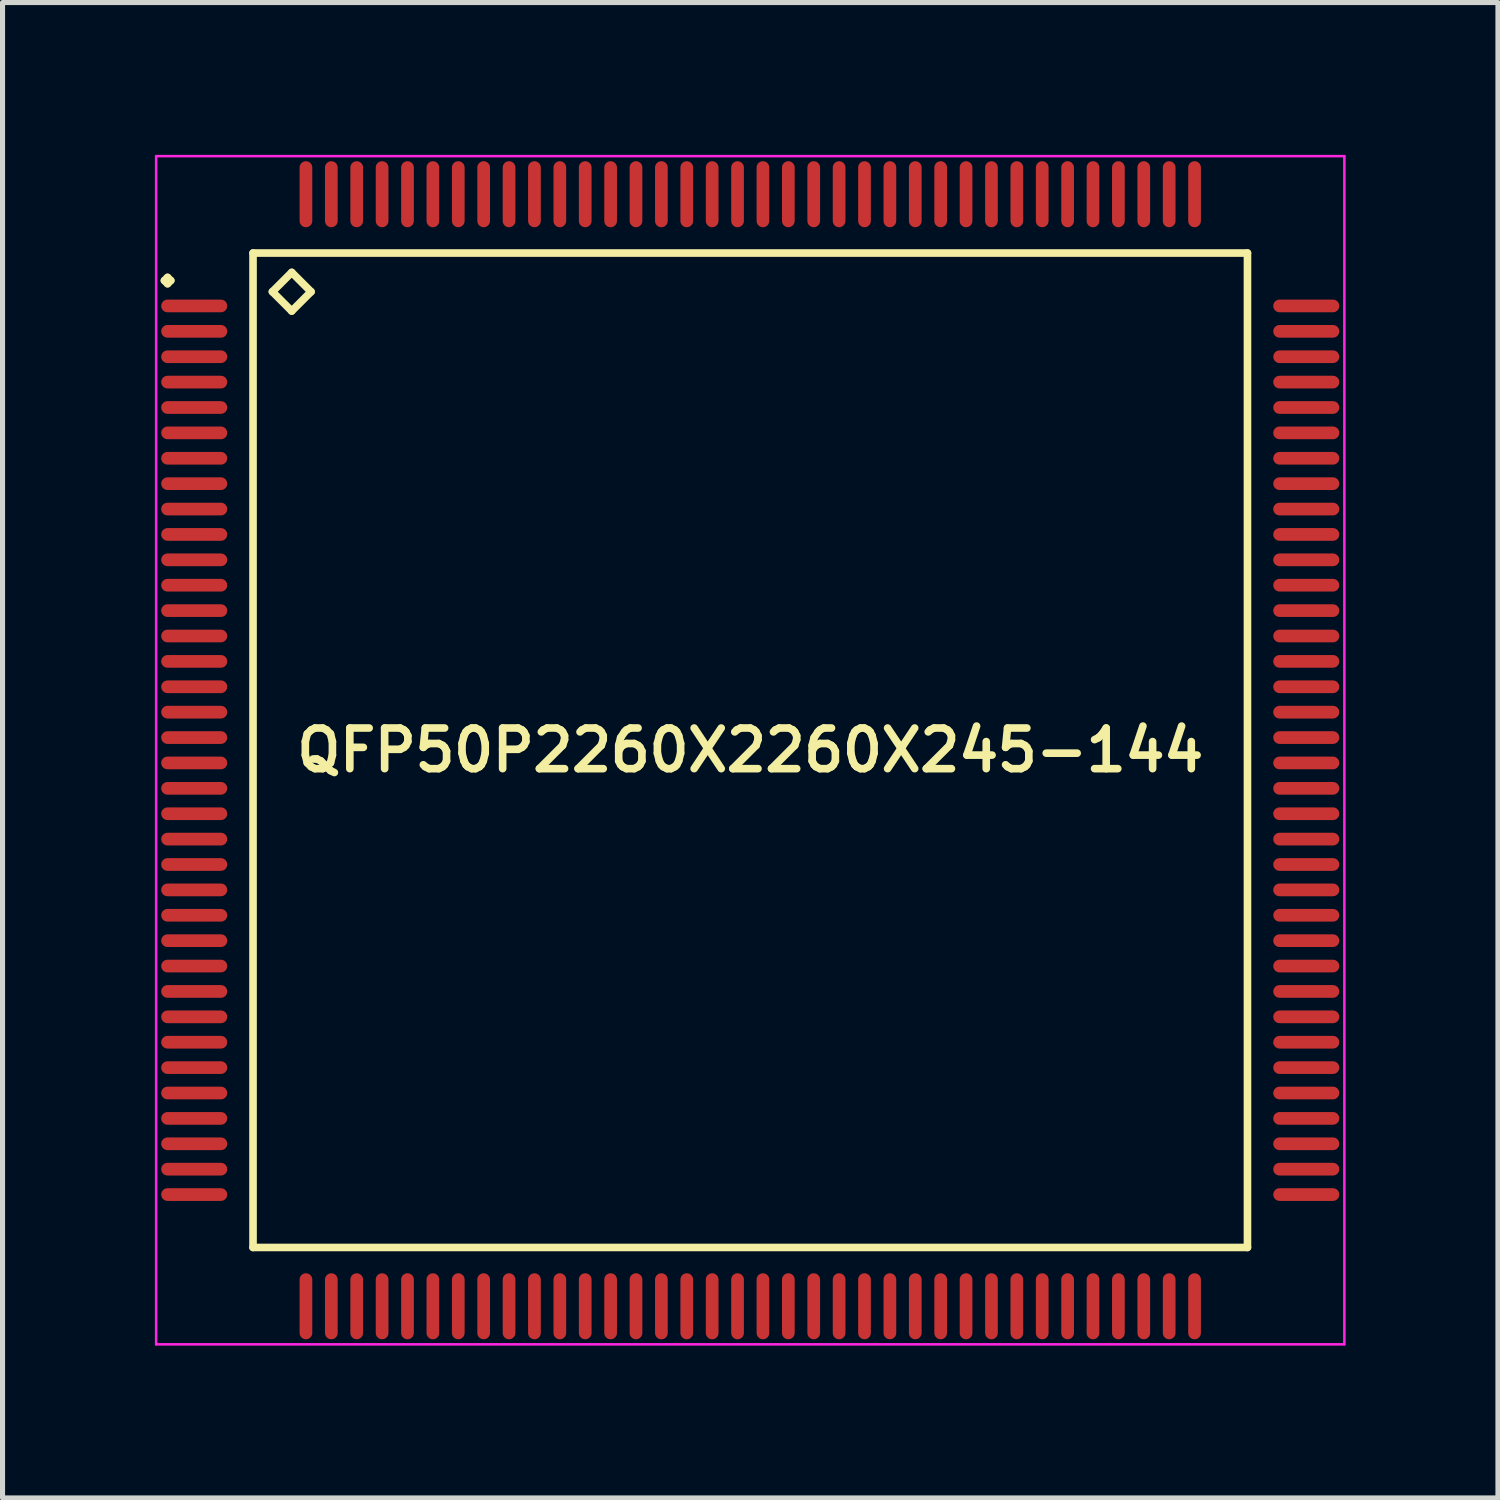
<source format=kicad_pcb>
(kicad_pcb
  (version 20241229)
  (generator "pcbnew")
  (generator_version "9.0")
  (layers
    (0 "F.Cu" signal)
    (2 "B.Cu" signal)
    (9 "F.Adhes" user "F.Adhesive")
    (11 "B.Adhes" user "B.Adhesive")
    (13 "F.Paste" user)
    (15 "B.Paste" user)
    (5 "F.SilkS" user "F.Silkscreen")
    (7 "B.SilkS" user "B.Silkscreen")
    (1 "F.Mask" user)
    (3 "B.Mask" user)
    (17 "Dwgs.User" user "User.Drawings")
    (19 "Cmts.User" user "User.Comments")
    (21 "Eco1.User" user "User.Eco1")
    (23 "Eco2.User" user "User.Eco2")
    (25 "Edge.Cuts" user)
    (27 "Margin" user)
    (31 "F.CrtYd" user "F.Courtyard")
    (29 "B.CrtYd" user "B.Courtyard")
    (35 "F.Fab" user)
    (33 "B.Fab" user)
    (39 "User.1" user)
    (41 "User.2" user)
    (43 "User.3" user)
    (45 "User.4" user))
  (footprint "QFP50P2260X2260X245-144"
    (layer "F.Cu")
    (at 11.725 11.725)
    (property "Reference" "QFP50P2260X2260X245-144" (at 0 0 0) (layer "F.SilkS") (effects (font (size 0.8 0.8) (thickness 0.15))))
    (attr smd)
    (fp_line (start -11.537 -9.25) (end -11.475 -9.312) (stroke (width 0.15) (type solid)) (layer "F.SilkS"))
    (fp_line (start -11.475 -9.312) (end -11.412 -9.25) (stroke (width 0.15) (type solid)) (layer "F.SilkS"))
    (fp_line (start -11.475 -9.188) (end -11.537 -9.25) (stroke (width 0.15) (type solid)) (layer "F.SilkS"))
    (fp_line (start -11.412 -9.25) (end -11.475 -9.188) (stroke (width 0.15) (type solid)) (layer "F.SilkS"))
    (fp_line (start -9.792 -9.792) (end -9.792 9.792) (stroke (width 0.15) (type solid)) (layer "F.SilkS"))
    (fp_line (start -9.792 9.792) (end 9.792 9.792) (stroke (width 0.15) (type solid)) (layer "F.SilkS"))
    (fp_line (start -9.411 -9.03) (end -9.03 -9.411) (stroke (width 0.15) (type solid)) (layer "F.SilkS"))
    (fp_line (start -9.03 -9.411) (end -8.649 -9.03) (stroke (width 0.15) (type solid)) (layer "F.SilkS"))
    (fp_line (start -9.03 -8.649) (end -9.411 -9.03) (stroke (width 0.15) (type solid)) (layer "F.SilkS"))
    (fp_line (start -8.649 -9.03) (end -9.03 -8.649) (stroke (width 0.15) (type solid)) (layer "F.SilkS"))
    (fp_line (start 9.792 -9.792) (end -9.792 -9.792) (stroke (width 0.15) (type solid)) (layer "F.SilkS"))
    (fp_line (start 9.792 9.792) (end 9.792 -9.792) (stroke (width 0.15) (type solid)) (layer "F.SilkS"))
    (fp_line (start -11.7 -11.7) (end 11.7 -11.7) (stroke (width 0.05) (type solid)) (layer "F.CrtYd"))
    (fp_line (start -11.7 11.7) (end -11.7 -11.7) (stroke (width 0.05) (type solid)) (layer "F.CrtYd"))
    (fp_line (start 11.7 -11.7) (end 11.7 11.7) (stroke (width 0.05) (type solid)) (layer "F.CrtYd"))
    (fp_line (start 11.7 11.7) (end -11.7 11.7) (stroke (width 0.05) (type solid)) (layer "F.CrtYd"))
    (pad "1" smd oval (at -10.95 -8.75) (size 1.3 0.25) (layers "F.Cu" "F.Mask" "F.Paste"))
    (pad "2" smd oval (at -10.95 -8.25) (size 1.3 0.25) (layers "F.Cu" "F.Mask" "F.Paste"))
    (pad "3" smd oval (at -10.95 -7.75) (size 1.3 0.25) (layers "F.Cu" "F.Mask" "F.Paste"))
    (pad "4" smd oval (at -10.95 -7.25) (size 1.3 0.25) (layers "F.Cu" "F.Mask" "F.Paste"))
    (pad "5" smd oval (at -10.95 -6.75) (size 1.3 0.25) (layers "F.Cu" "F.Mask" "F.Paste"))
    (pad "6" smd oval (at -10.95 -6.25) (size 1.3 0.25) (layers "F.Cu" "F.Mask" "F.Paste"))
    (pad "7" smd oval (at -10.95 -5.75) (size 1.3 0.25) (layers "F.Cu" "F.Mask" "F.Paste"))
    (pad "8" smd oval (at -10.95 -5.25) (size 1.3 0.25) (layers "F.Cu" "F.Mask" "F.Paste"))
    (pad "9" smd oval (at -10.95 -4.75) (size 1.3 0.25) (layers "F.Cu" "F.Mask" "F.Paste"))
    (pad "10" smd oval (at -10.95 -4.25) (size 1.3 0.25) (layers "F.Cu" "F.Mask" "F.Paste"))
    (pad "11" smd oval (at -10.95 -3.75) (size 1.3 0.25) (layers "F.Cu" "F.Mask" "F.Paste"))
    (pad "12" smd oval (at -10.95 -3.25) (size 1.3 0.25) (layers "F.Cu" "F.Mask" "F.Paste"))
    (pad "13" smd oval (at -10.95 -2.75) (size 1.3 0.25) (layers "F.Cu" "F.Mask" "F.Paste"))
    (pad "14" smd oval (at -10.95 -2.25) (size 1.3 0.25) (layers "F.Cu" "F.Mask" "F.Paste"))
    (pad "15" smd oval (at -10.95 -1.75) (size 1.3 0.25) (layers "F.Cu" "F.Mask" "F.Paste"))
    (pad "16" smd oval (at -10.95 -1.25) (size 1.3 0.25) (layers "F.Cu" "F.Mask" "F.Paste"))
    (pad "17" smd oval (at -10.95 -0.75) (size 1.3 0.25) (layers "F.Cu" "F.Mask" "F.Paste"))
    (pad "18" smd oval (at -10.95 -0.25) (size 1.3 0.25) (layers "F.Cu" "F.Mask" "F.Paste"))
    (pad "19" smd oval (at -10.95 0.25) (size 1.3 0.25) (layers "F.Cu" "F.Mask" "F.Paste"))
    (pad "20" smd oval (at -10.95 0.75) (size 1.3 0.25) (layers "F.Cu" "F.Mask" "F.Paste"))
    (pad "21" smd oval (at -10.95 1.25) (size 1.3 0.25) (layers "F.Cu" "F.Mask" "F.Paste"))
    (pad "22" smd oval (at -10.95 1.75) (size 1.3 0.25) (layers "F.Cu" "F.Mask" "F.Paste"))
    (pad "23" smd oval (at -10.95 2.25) (size 1.3 0.25) (layers "F.Cu" "F.Mask" "F.Paste"))
    (pad "24" smd oval (at -10.95 2.75) (size 1.3 0.25) (layers "F.Cu" "F.Mask" "F.Paste"))
    (pad "25" smd oval (at -10.95 3.25) (size 1.3 0.25) (layers "F.Cu" "F.Mask" "F.Paste"))
    (pad "26" smd oval (at -10.95 3.75) (size 1.3 0.25) (layers "F.Cu" "F.Mask" "F.Paste"))
    (pad "27" smd oval (at -10.95 4.25) (size 1.3 0.25) (layers "F.Cu" "F.Mask" "F.Paste"))
    (pad "28" smd oval (at -10.95 4.75) (size 1.3 0.25) (layers "F.Cu" "F.Mask" "F.Paste"))
    (pad "29" smd oval (at -10.95 5.25) (size 1.3 0.25) (layers "F.Cu" "F.Mask" "F.Paste"))
    (pad "30" smd oval (at -10.95 5.75) (size 1.3 0.25) (layers "F.Cu" "F.Mask" "F.Paste"))
    (pad "31" smd oval (at -10.95 6.25) (size 1.3 0.25) (layers "F.Cu" "F.Mask" "F.Paste"))
    (pad "32" smd oval (at -10.95 6.75) (size 1.3 0.25) (layers "F.Cu" "F.Mask" "F.Paste"))
    (pad "33" smd oval (at -10.95 7.25) (size 1.3 0.25) (layers "F.Cu" "F.Mask" "F.Paste"))
    (pad "34" smd oval (at -10.95 7.75) (size 1.3 0.25) (layers "F.Cu" "F.Mask" "F.Paste"))
    (pad "35" smd oval (at -10.95 8.25) (size 1.3 0.25) (layers "F.Cu" "F.Mask" "F.Paste"))
    (pad "36" smd oval (at -10.95 8.75) (size 1.3 0.25) (layers "F.Cu" "F.Mask" "F.Paste"))
    (pad "37" smd oval (at -8.75 10.95) (size 0.25 1.3) (layers "F.Cu" "F.Mask" "F.Paste"))
    (pad "38" smd oval (at -8.25 10.95) (size 0.25 1.3) (layers "F.Cu" "F.Mask" "F.Paste"))
    (pad "39" smd oval (at -7.75 10.95) (size 0.25 1.3) (layers "F.Cu" "F.Mask" "F.Paste"))
    (pad "40" smd oval (at -7.25 10.95) (size 0.25 1.3) (layers "F.Cu" "F.Mask" "F.Paste"))
    (pad "41" smd oval (at -6.75 10.95) (size 0.25 1.3) (layers "F.Cu" "F.Mask" "F.Paste"))
    (pad "42" smd oval (at -6.25 10.95) (size 0.25 1.3) (layers "F.Cu" "F.Mask" "F.Paste"))
    (pad "43" smd oval (at -5.75 10.95) (size 0.25 1.3) (layers "F.Cu" "F.Mask" "F.Paste"))
    (pad "44" smd oval (at -5.25 10.95) (size 0.25 1.3) (layers "F.Cu" "F.Mask" "F.Paste"))
    (pad "45" smd oval (at -4.75 10.95) (size 0.25 1.3) (layers "F.Cu" "F.Mask" "F.Paste"))
    (pad "46" smd oval (at -4.25 10.95) (size 0.25 1.3) (layers "F.Cu" "F.Mask" "F.Paste"))
    (pad "47" smd oval (at -3.75 10.95) (size 0.25 1.3) (layers "F.Cu" "F.Mask" "F.Paste"))
    (pad "48" smd oval (at -3.25 10.95) (size 0.25 1.3) (layers "F.Cu" "F.Mask" "F.Paste"))
    (pad "49" smd oval (at -2.75 10.95) (size 0.25 1.3) (layers "F.Cu" "F.Mask" "F.Paste"))
    (pad "50" smd oval (at -2.25 10.95) (size 0.25 1.3) (layers "F.Cu" "F.Mask" "F.Paste"))
    (pad "51" smd oval (at -1.75 10.95) (size 0.25 1.3) (layers "F.Cu" "F.Mask" "F.Paste"))
    (pad "52" smd oval (at -1.25 10.95) (size 0.25 1.3) (layers "F.Cu" "F.Mask" "F.Paste"))
    (pad "53" smd oval (at -0.75 10.95) (size 0.25 1.3) (layers "F.Cu" "F.Mask" "F.Paste"))
    (pad "54" smd oval (at -0.25 10.95) (size 0.25 1.3) (layers "F.Cu" "F.Mask" "F.Paste"))
    (pad "55" smd oval (at 0.25 10.95) (size 0.25 1.3) (layers "F.Cu" "F.Mask" "F.Paste"))
    (pad "56" smd oval (at 0.75 10.95) (size 0.25 1.3) (layers "F.Cu" "F.Mask" "F.Paste"))
    (pad "57" smd oval (at 1.25 10.95) (size 0.25 1.3) (layers "F.Cu" "F.Mask" "F.Paste"))
    (pad "58" smd oval (at 1.75 10.95) (size 0.25 1.3) (layers "F.Cu" "F.Mask" "F.Paste"))
    (pad "59" smd oval (at 2.25 10.95) (size 0.25 1.3) (layers "F.Cu" "F.Mask" "F.Paste"))
    (pad "60" smd oval (at 2.75 10.95) (size 0.25 1.3) (layers "F.Cu" "F.Mask" "F.Paste"))
    (pad "61" smd oval (at 3.25 10.95) (size 0.25 1.3) (layers "F.Cu" "F.Mask" "F.Paste"))
    (pad "62" smd oval (at 3.75 10.95) (size 0.25 1.3) (layers "F.Cu" "F.Mask" "F.Paste"))
    (pad "63" smd oval (at 4.25 10.95) (size 0.25 1.3) (layers "F.Cu" "F.Mask" "F.Paste"))
    (pad "64" smd oval (at 4.75 10.95) (size 0.25 1.3) (layers "F.Cu" "F.Mask" "F.Paste"))
    (pad "65" smd oval (at 5.25 10.95) (size 0.25 1.3) (layers "F.Cu" "F.Mask" "F.Paste"))
    (pad "66" smd oval (at 5.75 10.95) (size 0.25 1.3) (layers "F.Cu" "F.Mask" "F.Paste"))
    (pad "67" smd oval (at 6.25 10.95) (size 0.25 1.3) (layers "F.Cu" "F.Mask" "F.Paste"))
    (pad "68" smd oval (at 6.75 10.95) (size 0.25 1.3) (layers "F.Cu" "F.Mask" "F.Paste"))
    (pad "69" smd oval (at 7.25 10.95) (size 0.25 1.3) (layers "F.Cu" "F.Mask" "F.Paste"))
    (pad "70" smd oval (at 7.75 10.95) (size 0.25 1.3) (layers "F.Cu" "F.Mask" "F.Paste"))
    (pad "71" smd oval (at 8.25 10.95) (size 0.25 1.3) (layers "F.Cu" "F.Mask" "F.Paste"))
    (pad "72" smd oval (at 8.75 10.95) (size 0.25 1.3) (layers "F.Cu" "F.Mask" "F.Paste"))
    (pad "73" smd oval (at 10.95 8.75) (size 1.3 0.25) (layers "F.Cu" "F.Mask" "F.Paste"))
    (pad "74" smd oval (at 10.95 8.25) (size 1.3 0.25) (layers "F.Cu" "F.Mask" "F.Paste"))
    (pad "75" smd oval (at 10.95 7.75) (size 1.3 0.25) (layers "F.Cu" "F.Mask" "F.Paste"))
    (pad "76" smd oval (at 10.95 7.25) (size 1.3 0.25) (layers "F.Cu" "F.Mask" "F.Paste"))
    (pad "77" smd oval (at 10.95 6.75) (size 1.3 0.25) (layers "F.Cu" "F.Mask" "F.Paste"))
    (pad "78" smd oval (at 10.95 6.25) (size 1.3 0.25) (layers "F.Cu" "F.Mask" "F.Paste"))
    (pad "79" smd oval (at 10.95 5.75) (size 1.3 0.25) (layers "F.Cu" "F.Mask" "F.Paste"))
    (pad "80" smd oval (at 10.95 5.25) (size 1.3 0.25) (layers "F.Cu" "F.Mask" "F.Paste"))
    (pad "81" smd oval (at 10.95 4.75) (size 1.3 0.25) (layers "F.Cu" "F.Mask" "F.Paste"))
    (pad "82" smd oval (at 10.95 4.25) (size 1.3 0.25) (layers "F.Cu" "F.Mask" "F.Paste"))
    (pad "83" smd oval (at 10.95 3.75) (size 1.3 0.25) (layers "F.Cu" "F.Mask" "F.Paste"))
    (pad "84" smd oval (at 10.95 3.25) (size 1.3 0.25) (layers "F.Cu" "F.Mask" "F.Paste"))
    (pad "85" smd oval (at 10.95 2.75) (size 1.3 0.25) (layers "F.Cu" "F.Mask" "F.Paste"))
    (pad "86" smd oval (at 10.95 2.25) (size 1.3 0.25) (layers "F.Cu" "F.Mask" "F.Paste"))
    (pad "87" smd oval (at 10.95 1.75) (size 1.3 0.25) (layers "F.Cu" "F.Mask" "F.Paste"))
    (pad "88" smd oval (at 10.95 1.25) (size 1.3 0.25) (layers "F.Cu" "F.Mask" "F.Paste"))
    (pad "89" smd oval (at 10.95 0.75) (size 1.3 0.25) (layers "F.Cu" "F.Mask" "F.Paste"))
    (pad "90" smd oval (at 10.95 0.25) (size 1.3 0.25) (layers "F.Cu" "F.Mask" "F.Paste"))
    (pad "91" smd oval (at 10.95 -0.25) (size 1.3 0.25) (layers "F.Cu" "F.Mask" "F.Paste"))
    (pad "92" smd oval (at 10.95 -0.75) (size 1.3 0.25) (layers "F.Cu" "F.Mask" "F.Paste"))
    (pad "93" smd oval (at 10.95 -1.25) (size 1.3 0.25) (layers "F.Cu" "F.Mask" "F.Paste"))
    (pad "94" smd oval (at 10.95 -1.75) (size 1.3 0.25) (layers "F.Cu" "F.Mask" "F.Paste"))
    (pad "95" smd oval (at 10.95 -2.25) (size 1.3 0.25) (layers "F.Cu" "F.Mask" "F.Paste"))
    (pad "96" smd oval (at 10.95 -2.75) (size 1.3 0.25) (layers "F.Cu" "F.Mask" "F.Paste"))
    (pad "97" smd oval (at 10.95 -3.25) (size 1.3 0.25) (layers "F.Cu" "F.Mask" "F.Paste"))
    (pad "98" smd oval (at 10.95 -3.75) (size 1.3 0.25) (layers "F.Cu" "F.Mask" "F.Paste"))
    (pad "99" smd oval (at 10.95 -4.25) (size 1.3 0.25) (layers "F.Cu" "F.Mask" "F.Paste"))
    (pad "100" smd oval (at 10.95 -4.75) (size 1.3 0.25) (layers "F.Cu" "F.Mask" "F.Paste"))
    (pad "101" smd oval (at 10.95 -5.25) (size 1.3 0.25) (layers "F.Cu" "F.Mask" "F.Paste"))
    (pad "102" smd oval (at 10.95 -5.75) (size 1.3 0.25) (layers "F.Cu" "F.Mask" "F.Paste"))
    (pad "103" smd oval (at 10.95 -6.25) (size 1.3 0.25) (layers "F.Cu" "F.Mask" "F.Paste"))
    (pad "104" smd oval (at 10.95 -6.75) (size 1.3 0.25) (layers "F.Cu" "F.Mask" "F.Paste"))
    (pad "105" smd oval (at 10.95 -7.25) (size 1.3 0.25) (layers "F.Cu" "F.Mask" "F.Paste"))
    (pad "106" smd oval (at 10.95 -7.75) (size 1.3 0.25) (layers "F.Cu" "F.Mask" "F.Paste"))
    (pad "107" smd oval (at 10.95 -8.25) (size 1.3 0.25) (layers "F.Cu" "F.Mask" "F.Paste"))
    (pad "108" smd oval (at 10.95 -8.75) (size 1.3 0.25) (layers "F.Cu" "F.Mask" "F.Paste"))
    (pad "109" smd oval (at 8.75 -10.95) (size 0.25 1.3) (layers "F.Cu" "F.Mask" "F.Paste"))
    (pad "110" smd oval (at 8.25 -10.95) (size 0.25 1.3) (layers "F.Cu" "F.Mask" "F.Paste"))
    (pad "111" smd oval (at 7.75 -10.95) (size 0.25 1.3) (layers "F.Cu" "F.Mask" "F.Paste"))
    (pad "112" smd oval (at 7.25 -10.95) (size 0.25 1.3) (layers "F.Cu" "F.Mask" "F.Paste"))
    (pad "113" smd oval (at 6.75 -10.95) (size 0.25 1.3) (layers "F.Cu" "F.Mask" "F.Paste"))
    (pad "114" smd oval (at 6.25 -10.95) (size 0.25 1.3) (layers "F.Cu" "F.Mask" "F.Paste"))
    (pad "115" smd oval (at 5.75 -10.95) (size 0.25 1.3) (layers "F.Cu" "F.Mask" "F.Paste"))
    (pad "116" smd oval (at 5.25 -10.95) (size 0.25 1.3) (layers "F.Cu" "F.Mask" "F.Paste"))
    (pad "117" smd oval (at 4.75 -10.95) (size 0.25 1.3) (layers "F.Cu" "F.Mask" "F.Paste"))
    (pad "118" smd oval (at 4.25 -10.95) (size 0.25 1.3) (layers "F.Cu" "F.Mask" "F.Paste"))
    (pad "119" smd oval (at 3.75 -10.95) (size 0.25 1.3) (layers "F.Cu" "F.Mask" "F.Paste"))
    (pad "120" smd oval (at 3.25 -10.95) (size 0.25 1.3) (layers "F.Cu" "F.Mask" "F.Paste"))
    (pad "121" smd oval (at 2.75 -10.95) (size 0.25 1.3) (layers "F.Cu" "F.Mask" "F.Paste"))
    (pad "122" smd oval (at 2.25 -10.95) (size 0.25 1.3) (layers "F.Cu" "F.Mask" "F.Paste"))
    (pad "123" smd oval (at 1.75 -10.95) (size 0.25 1.3) (layers "F.Cu" "F.Mask" "F.Paste"))
    (pad "124" smd oval (at 1.25 -10.95) (size 0.25 1.3) (layers "F.Cu" "F.Mask" "F.Paste"))
    (pad "125" smd oval (at 0.75 -10.95) (size 0.25 1.3) (layers "F.Cu" "F.Mask" "F.Paste"))
    (pad "126" smd oval (at 0.25 -10.95) (size 0.25 1.3) (layers "F.Cu" "F.Mask" "F.Paste"))
    (pad "127" smd oval (at -0.25 -10.95) (size 0.25 1.3) (layers "F.Cu" "F.Mask" "F.Paste"))
    (pad "128" smd oval (at -0.75 -10.95) (size 0.25 1.3) (layers "F.Cu" "F.Mask" "F.Paste"))
    (pad "129" smd oval (at -1.25 -10.95) (size 0.25 1.3) (layers "F.Cu" "F.Mask" "F.Paste"))
    (pad "130" smd oval (at -1.75 -10.95) (size 0.25 1.3) (layers "F.Cu" "F.Mask" "F.Paste"))
    (pad "131" smd oval (at -2.25 -10.95) (size 0.25 1.3) (layers "F.Cu" "F.Mask" "F.Paste"))
    (pad "132" smd oval (at -2.75 -10.95) (size 0.25 1.3) (layers "F.Cu" "F.Mask" "F.Paste"))
    (pad "133" smd oval (at -3.25 -10.95) (size 0.25 1.3) (layers "F.Cu" "F.Mask" "F.Paste"))
    (pad "134" smd oval (at -3.75 -10.95) (size 0.25 1.3) (layers "F.Cu" "F.Mask" "F.Paste"))
    (pad "135" smd oval (at -4.25 -10.95) (size 0.25 1.3) (layers "F.Cu" "F.Mask" "F.Paste"))
    (pad "136" smd oval (at -4.75 -10.95) (size 0.25 1.3) (layers "F.Cu" "F.Mask" "F.Paste"))
    (pad "137" smd oval (at -5.25 -10.95) (size 0.25 1.3) (layers "F.Cu" "F.Mask" "F.Paste"))
    (pad "138" smd oval (at -5.75 -10.95) (size 0.25 1.3) (layers "F.Cu" "F.Mask" "F.Paste"))
    (pad "139" smd oval (at -6.25 -10.95) (size 0.25 1.3) (layers "F.Cu" "F.Mask" "F.Paste"))
    (pad "140" smd oval (at -6.75 -10.95) (size 0.25 1.3) (layers "F.Cu" "F.Mask" "F.Paste"))
    (pad "141" smd oval (at -7.25 -10.95) (size 0.25 1.3) (layers "F.Cu" "F.Mask" "F.Paste"))
    (pad "142" smd oval (at -7.75 -10.95) (size 0.25 1.3) (layers "F.Cu" "F.Mask" "F.Paste"))
    (pad "143" smd oval (at -8.25 -10.95) (size 0.25 1.3) (layers "F.Cu" "F.Mask" "F.Paste"))
    (pad "144" smd oval (at -8.75 -10.95) (size 0.25 1.3) (layers "F.Cu" "F.Mask" "F.Paste")))
  (gr_rect
    (start -3 -3)
    (end 26.45 26.45)
    (stroke (width 0.1) (type default))
    (fill no)
    (layer "Edge.Cuts")))
</source>
